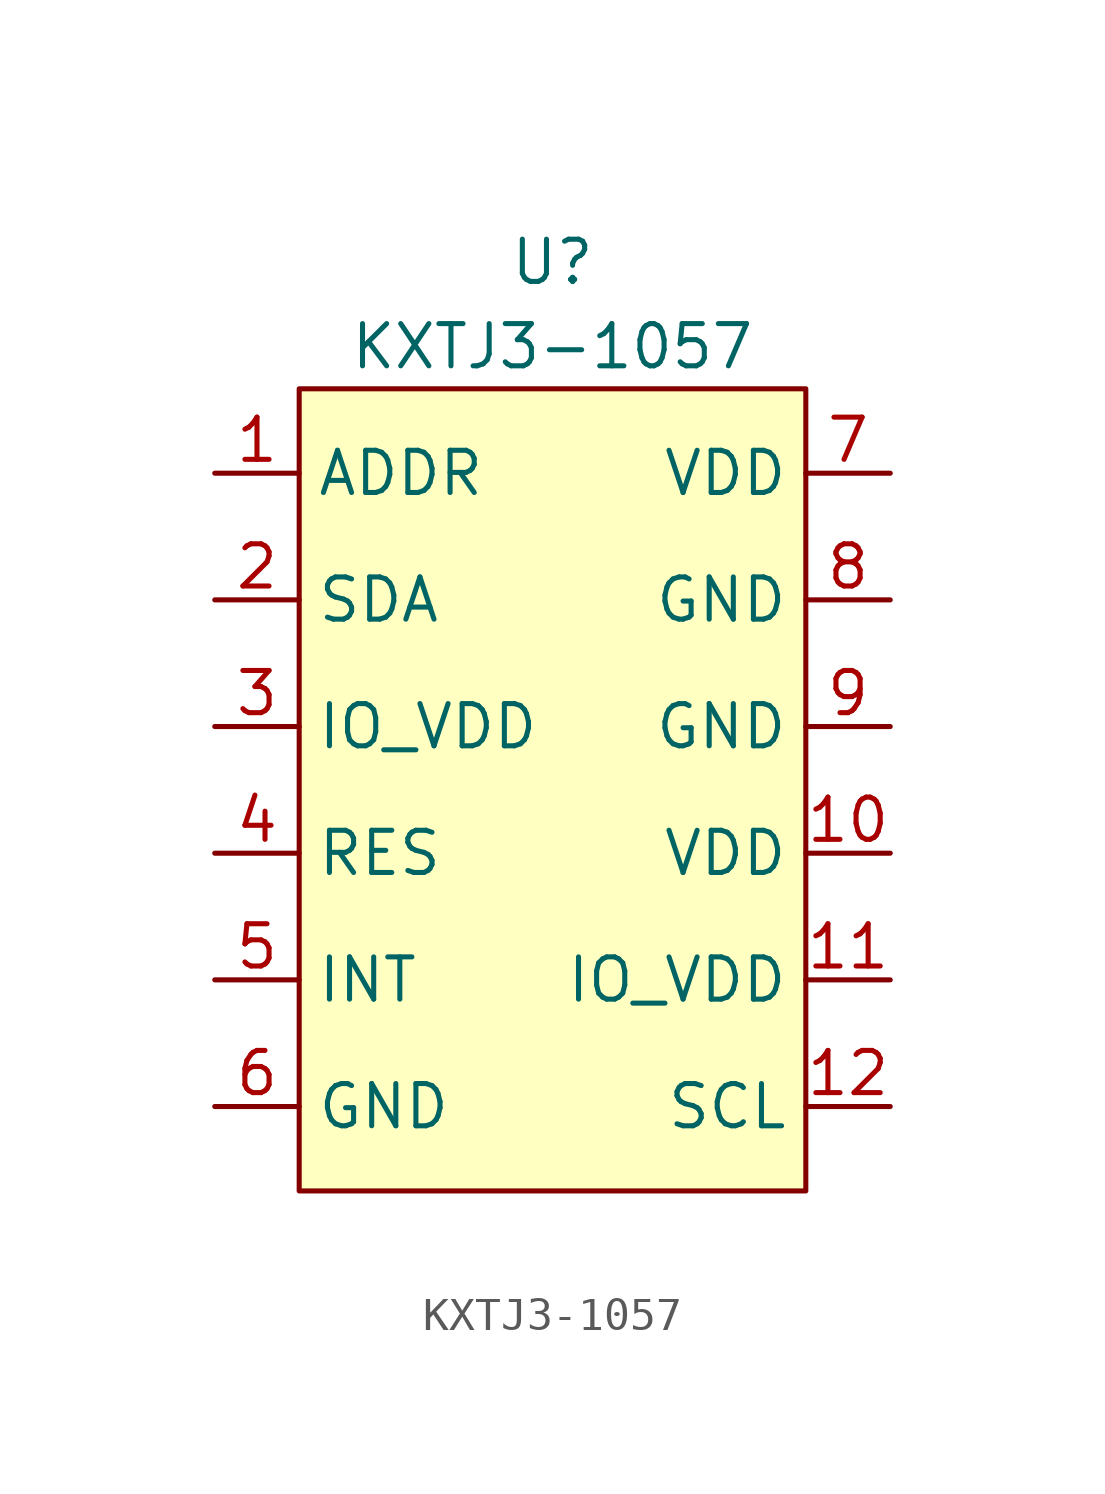
<source format=kicad_sym>
(kicad_symbol_lib
  (version 20220914)
  (generator kicad_symbol_editor)
  (symbol "KXTJ3-1057"
    (property "Reference" "U"
      (at -16.51 6.35 0)
      (effects (font (size 1.27 1.27))))
    (property "Value" "KXTJ3-1057"
      (at -16.51 3.81 0)
      (effects (font (size 1.27 1.27))))
    (symbol "KXTJ3-1057_0_1"
      (rectangle (start -24.13 2.54) (end -8.89 -21.59) (stroke (width 0) (type default)) (fill (type background))))
    (symbol "KXTJ3-1057_1_1"
      (pin input line (at -26.67 0 0) (length 2.54) (name "ADDR" (effects (font (size 1.27 1.27)))) (number "1" (effects (font (size 1.27 1.27)))))
      (pin power_in line (at -6.35 -11.43 180) (length 2.54) (name "VDD" (effects (font (size 1.27 1.27)))) (number "10" (effects (font (size 1.27 1.27)))))
      (pin power_in line (at -6.35 -15.24 180) (length 2.54) (name "IO_VDD" (effects (font (size 1.27 1.27)))) (number "11" (effects (font (size 1.27 1.27)))))
      (pin input line (at -6.35 -19.05 180) (length 2.54) (name "SCL" (effects (font (size 1.27 1.27)))) (number "12" (effects (font (size 1.27 1.27)))))
      (pin bidirectional line (at -26.67 -3.81 0) (length 2.54) (name "SDA" (effects (font (size 1.27 1.27)))) (number "2" (effects (font (size 1.27 1.27)))))
      (pin power_in line (at -26.67 -7.62 0) (length 2.54) (name "IO_VDD" (effects (font (size 1.27 1.27)))) (number "3" (effects (font (size 1.27 1.27)))))
      (pin passive line (at -26.67 -11.43 0) (length 2.54) (name "RES" (effects (font (size 1.27 1.27)))) (number "4" (effects (font (size 1.27 1.27)))))
      (pin output line (at -26.67 -15.24 0) (length 2.54) (name "INT" (effects (font (size 1.27 1.27)))) (number "5" (effects (font (size 1.27 1.27)))))
      (pin power_in line (at -26.67 -19.05 0) (length 2.54) (name "GND" (effects (font (size 1.27 1.27)))) (number "6" (effects (font (size 1.27 1.27)))))
      (pin power_in line (at -6.35 0 180) (length 2.54) (name "VDD" (effects (font (size 1.27 1.27)))) (number "7" (effects (font (size 1.27 1.27)))))
      (pin power_in line (at -6.35 -3.81 180) (length 2.54) (name "GND" (effects (font (size 1.27 1.27)))) (number "8" (effects (font (size 1.27 1.27)))))
      (pin power_in line (at -6.35 -7.62 180) (length 2.54) (name "GND" (effects (font (size 1.27 1.27)))) (number "9" (effects (font (size 1.27 1.27))))))))
</source>
